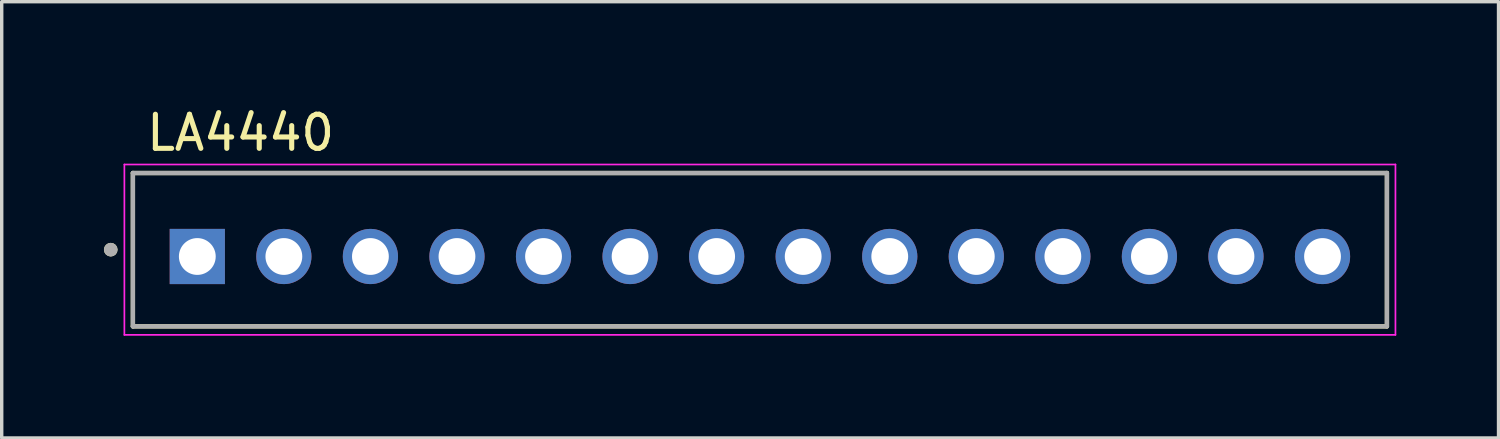
<source format=kicad_pcb>
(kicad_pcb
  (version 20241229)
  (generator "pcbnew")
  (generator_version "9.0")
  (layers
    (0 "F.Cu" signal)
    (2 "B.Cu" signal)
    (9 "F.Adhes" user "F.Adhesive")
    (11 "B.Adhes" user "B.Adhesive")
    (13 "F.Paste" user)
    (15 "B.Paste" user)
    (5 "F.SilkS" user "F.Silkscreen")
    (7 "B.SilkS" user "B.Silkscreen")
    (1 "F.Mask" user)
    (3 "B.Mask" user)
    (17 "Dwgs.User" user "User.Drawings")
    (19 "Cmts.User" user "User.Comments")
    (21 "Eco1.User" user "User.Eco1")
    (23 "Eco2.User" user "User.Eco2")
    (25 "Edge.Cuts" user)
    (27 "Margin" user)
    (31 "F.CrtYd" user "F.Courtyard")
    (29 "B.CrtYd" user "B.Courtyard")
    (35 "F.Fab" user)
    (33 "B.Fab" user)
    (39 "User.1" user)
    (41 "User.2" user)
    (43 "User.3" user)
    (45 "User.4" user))
  (footprint "LA4440"
    (layer "F.Cu")
    (at 19.25 4.277)
    (property "Reference" "LA4440" (at -15.24 -3.429 0) (layer "F.SilkS") (effects (font (size 1 1) (thickness 0.15))))
    (attr through_hole)
    (fp_line (start -18.4 -2.25) (end -18.4 2.25) (stroke (width 0.127) (type solid)) (layer "F.SilkS"))
    (fp_line (start -18.4 2.25) (end 18.4 2.25) (stroke (width 0.127) (type solid)) (layer "F.SilkS"))
    (fp_line (start 18.4 -2.25) (end -18.4 -2.25) (stroke (width 0.127) (type solid)) (layer "F.SilkS"))
    (fp_line (start 18.4 2.25) (end 18.4 -2.25) (stroke (width 0.127) (type solid)) (layer "F.SilkS"))
    (fp_circle (center -19.05 0) (end -18.95 0) (stroke (width 0.2) (type solid)) (fill no) (layer "F.SilkS"))
    (fp_line (start -18.65 -2.5) (end -18.65 2.5) (stroke (width 0.05) (type solid)) (layer "F.CrtYd"))
    (fp_line (start -18.65 2.5) (end 18.65 2.5) (stroke (width 0.05) (type solid)) (layer "F.CrtYd"))
    (fp_line (start 18.65 -2.5) (end -18.65 -2.5) (stroke (width 0.05) (type solid)) (layer "F.CrtYd"))
    (fp_line (start 18.65 2.5) (end 18.65 -2.5) (stroke (width 0.05) (type solid)) (layer "F.CrtYd"))
    (fp_line (start -18.4 -2.25) (end -18.4 2.25) (stroke (width 0.127) (type solid)) (layer "F.Fab"))
    (fp_line (start -18.4 2.25) (end 18.4 2.25) (stroke (width 0.127) (type solid)) (layer "F.Fab"))
    (fp_line (start 18.4 -2.25) (end -18.4 -2.25) (stroke (width 0.127) (type solid)) (layer "F.Fab"))
    (fp_line (start 18.4 2.25) (end 18.4 -2.25) (stroke (width 0.127) (type solid)) (layer "F.Fab"))
    (fp_circle (center -19.05 0) (end -18.95 0) (stroke (width 0.2) (type solid)) (fill no) (layer "F.Fab"))
    (pad "1" thru_hole rect (at -16.51 0.2) (size 1.62 1.62) (drill 1.08) (layers "*.Cu" "*.Mask"))
    (pad "2" thru_hole circle (at -13.97 0.2) (size 1.62 1.62) (drill 1.08) (layers "*.Cu" "*.Mask"))
    (pad "3" thru_hole circle (at -11.43 0.2) (size 1.62 1.62) (drill 1.08) (layers "*.Cu" "*.Mask"))
    (pad "4" thru_hole circle (at -8.89 0.2) (size 1.62 1.62) (drill 1.08) (layers "*.Cu" "*.Mask"))
    (pad "5" thru_hole circle (at -6.35 0.2) (size 1.62 1.62) (drill 1.08) (layers "*.Cu" "*.Mask"))
    (pad "6" thru_hole circle (at -3.81 0.2) (size 1.62 1.62) (drill 1.08) (layers "*.Cu" "*.Mask"))
    (pad "7" thru_hole circle (at -1.27 0.2) (size 1.62 1.62) (drill 1.08) (layers "*.Cu" "*.Mask"))
    (pad "8" thru_hole circle (at 1.27 0.2) (size 1.62 1.62) (drill 1.08) (layers "*.Cu" "*.Mask"))
    (pad "9" thru_hole circle (at 3.81 0.2) (size 1.62 1.62) (drill 1.08) (layers "*.Cu" "*.Mask"))
    (pad "10" thru_hole circle (at 6.35 0.2) (size 1.62 1.62) (drill 1.08) (layers "*.Cu" "*.Mask"))
    (pad "11" thru_hole circle (at 8.89 0.2) (size 1.62 1.62) (drill 1.08) (layers "*.Cu" "*.Mask"))
    (pad "12" thru_hole circle (at 11.43 0.2) (size 1.62 1.62) (drill 1.08) (layers "*.Cu" "*.Mask"))
    (pad "13" thru_hole circle (at 13.97 0.2) (size 1.62 1.62) (drill 1.08) (layers "*.Cu" "*.Mask"))
    (pad "14" thru_hole circle (at 16.51 0.2) (size 1.62 1.62) (drill 1.08) (layers "*.Cu" "*.Mask")))
  (gr_rect
    (start -3 -3)
    (end 40.925 9.802)
    (stroke (width 0.1) (type default))
    (fill no)
    (layer "Edge.Cuts")))
</source>
